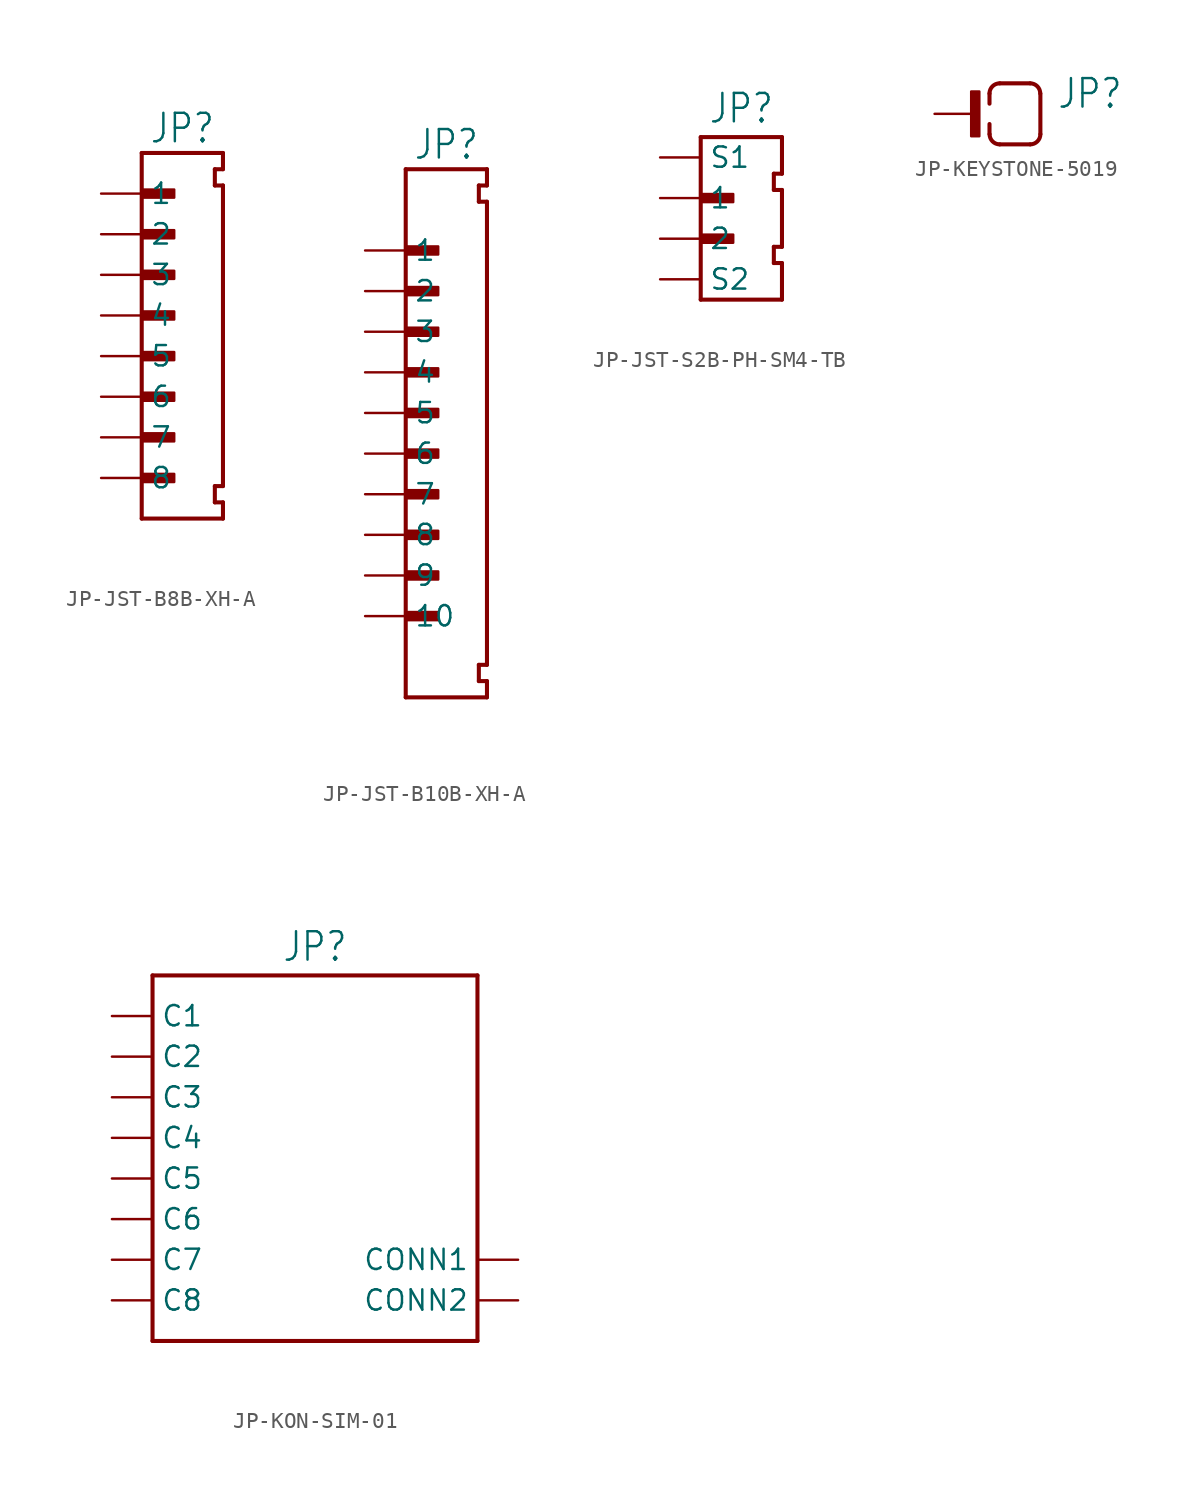
<source format=kicad_sym>
(kicad_symbol_lib
  (version 20231120)
  (generator "kicad_symbol_editor")
  (generator_version "8.0")
  (symbol "JP-JST-B8B-XH-A"
    (property "Reference" "JP"
      (at 0 10.668 0)
      (effects (font (size 1.778 1.511)) (justify bottom)))
    (property "Value" ""
      (at 0 -13.462 0)
      (effects (font (size 1.778 1.511)) (justify top)))
    (property "ki_locked" ""
      (at 0 0 0)
      (effects (font (size 1.27 1.27))))
    (symbol "JP-JST-B8B-XH-A_1_0"
      (rectangle (start -2.54 -10.414) (end -0.508 -9.906) (stroke (width 0) (type default)) (fill (type outline)))
      (rectangle (start -2.54 -7.874) (end -0.508 -7.366) (stroke (width 0) (type default)) (fill (type outline)))
      (rectangle (start -2.54 -5.334) (end -0.508 -4.826) (stroke (width 0) (type default)) (fill (type outline)))
      (rectangle (start -2.54 -2.794) (end -0.508 -2.286) (stroke (width 0) (type default)) (fill (type outline)))
      (rectangle (start -2.54 -0.254) (end -0.508 0.254) (stroke (width 0) (type default)) (fill (type outline)))
      (rectangle (start -2.54 2.286) (end -0.508 2.794) (stroke (width 0) (type default)) (fill (type outline)))
      (rectangle (start -2.54 4.826) (end -0.508 5.334) (stroke (width 0) (type default)) (fill (type outline)))
      (rectangle (start -2.54 7.366) (end -0.508 7.874) (stroke (width 0) (type default)) (fill (type outline)))
      (polyline (pts (xy -2.54 -12.7) (xy -2.54 10.16)) (stroke (width 0.254) (type solid)) (fill (type none)))
      (polyline (pts (xy -2.54 10.16) (xy 2.54 10.16)) (stroke (width 0.254) (type solid)) (fill (type none)))
      (polyline (pts (xy 2.032 -11.684) (xy 2.54 -11.684)) (stroke (width 0.254) (type solid)) (fill (type none)))
      (polyline (pts (xy 2.032 -10.668) (xy 2.032 -11.684)) (stroke (width 0.254) (type solid)) (fill (type none)))
      (polyline (pts (xy 2.032 -10.668) (xy 2.54 -10.668)) (stroke (width 0.254) (type solid)) (fill (type none)))
      (polyline (pts (xy 2.032 8.128) (xy 2.54 8.128)) (stroke (width 0.254) (type solid)) (fill (type none)))
      (polyline (pts (xy 2.032 9.144) (xy 2.032 8.128)) (stroke (width 0.254) (type solid)) (fill (type none)))
      (polyline (pts (xy 2.54 -12.7) (xy -2.54 -12.7)) (stroke (width 0.254) (type solid)) (fill (type none)))
      (polyline (pts (xy 2.54 -11.684) (xy 2.54 -12.7)) (stroke (width 0.254) (type solid)) (fill (type none)))
      (polyline (pts (xy 2.54 8.128) (xy 2.54 -10.668)) (stroke (width 0.254) (type solid)) (fill (type none)))
      (polyline (pts (xy 2.54 9.144) (xy 2.032 9.144)) (stroke (width 0.254) (type solid)) (fill (type none)))
      (polyline (pts (xy 2.54 10.16) (xy 2.54 9.144)) (stroke (width 0.254) (type solid)) (fill (type none)))
      (pin passive line (at -5.08 7.62 0) (length 2.54) (name "1" (effects (font (size 1.27 1.27)))) (number "1" (effects (font (size 0 0)))))
      (pin passive line (at -5.08 5.08 0) (length 2.54) (name "2" (effects (font (size 1.27 1.27)))) (number "2" (effects (font (size 0 0)))))
      (pin passive line (at -5.08 2.54 0) (length 2.54) (name "3" (effects (font (size 1.27 1.27)))) (number "3" (effects (font (size 0 0)))))
      (pin passive line (at -5.08 0 0) (length 2.54) (name "4" (effects (font (size 1.27 1.27)))) (number "4" (effects (font (size 0 0)))))
      (pin passive line (at -5.08 -2.54 0) (length 2.54) (name "5" (effects (font (size 1.27 1.27)))) (number "5" (effects (font (size 0 0)))))
      (pin passive line (at -5.08 -5.08 0) (length 2.54) (name "6" (effects (font (size 1.27 1.27)))) (number "6" (effects (font (size 0 0)))))
      (pin passive line (at -5.08 -7.62 0) (length 2.54) (name "7" (effects (font (size 1.27 1.27)))) (number "7" (effects (font (size 0 0)))))
      (pin passive line (at -5.08 -10.16 0) (length 2.54) (name "8" (effects (font (size 1.27 1.27)))) (number "8" (effects (font (size 0 0)))))))
  (symbol "JP-JST-B10B-XH-A"
    (property "Reference" "JP"
      (at 0 15.748 0)
      (effects (font (size 1.778 1.511)) (justify bottom)))
    (property "Value" ""
      (at 0 -18.542 0)
      (effects (font (size 1.778 1.511)) (justify top)))
    (property "ki_locked" ""
      (at 0 0 0)
      (effects (font (size 1.27 1.27))))
    (symbol "JP-JST-B10B-XH-A_1_0"
      (rectangle (start -2.54 -12.954) (end -0.508 -12.446) (stroke (width 0) (type default)) (fill (type outline)))
      (rectangle (start -2.54 -10.414) (end -0.508 -9.906) (stroke (width 0) (type default)) (fill (type outline)))
      (rectangle (start -2.54 -7.874) (end -0.508 -7.366) (stroke (width 0) (type default)) (fill (type outline)))
      (rectangle (start -2.54 -5.334) (end -0.508 -4.826) (stroke (width 0) (type default)) (fill (type outline)))
      (rectangle (start -2.54 -2.794) (end -0.508 -2.286) (stroke (width 0) (type default)) (fill (type outline)))
      (rectangle (start -2.54 -0.254) (end -0.508 0.254) (stroke (width 0) (type default)) (fill (type outline)))
      (rectangle (start -2.54 2.286) (end -0.508 2.794) (stroke (width 0) (type default)) (fill (type outline)))
      (rectangle (start -2.54 4.826) (end -0.508 5.334) (stroke (width 0) (type default)) (fill (type outline)))
      (rectangle (start -2.54 7.366) (end -0.508 7.874) (stroke (width 0) (type default)) (fill (type outline)))
      (rectangle (start -2.54 9.906) (end -0.508 10.414) (stroke (width 0) (type default)) (fill (type outline)))
      (polyline (pts (xy -2.54 -17.78) (xy -2.54 15.24)) (stroke (width 0.254) (type solid)) (fill (type none)))
      (polyline (pts (xy -2.54 15.24) (xy 2.54 15.24)) (stroke (width 0.254) (type solid)) (fill (type none)))
      (polyline (pts (xy 2.032 -16.764) (xy 2.54 -16.764)) (stroke (width 0.254) (type solid)) (fill (type none)))
      (polyline (pts (xy 2.032 -15.748) (xy 2.032 -16.764)) (stroke (width 0.254) (type solid)) (fill (type none)))
      (polyline (pts (xy 2.032 -15.748) (xy 2.54 -15.748)) (stroke (width 0.254) (type solid)) (fill (type none)))
      (polyline (pts (xy 2.032 13.208) (xy 2.54 13.208)) (stroke (width 0.254) (type solid)) (fill (type none)))
      (polyline (pts (xy 2.032 14.224) (xy 2.032 13.208)) (stroke (width 0.254) (type solid)) (fill (type none)))
      (polyline (pts (xy 2.54 -17.78) (xy -2.54 -17.78)) (stroke (width 0.254) (type solid)) (fill (type none)))
      (polyline (pts (xy 2.54 -16.764) (xy 2.54 -17.78)) (stroke (width 0.254) (type solid)) (fill (type none)))
      (polyline (pts (xy 2.54 13.208) (xy 2.54 -15.748)) (stroke (width 0.254) (type solid)) (fill (type none)))
      (polyline (pts (xy 2.54 14.224) (xy 2.032 14.224)) (stroke (width 0.254) (type solid)) (fill (type none)))
      (polyline (pts (xy 2.54 15.24) (xy 2.54 14.224)) (stroke (width 0.254) (type solid)) (fill (type none)))
      (pin passive line (at -5.08 10.16 0) (length 2.54) (name "1" (effects (font (size 1.27 1.27)))) (number "1" (effects (font (size 0 0)))))
      (pin passive line (at -5.08 -12.7 0) (length 2.54) (name "10" (effects (font (size 1.27 1.27)))) (number "10" (effects (font (size 0 0)))))
      (pin passive line (at -5.08 7.62 0) (length 2.54) (name "2" (effects (font (size 1.27 1.27)))) (number "2" (effects (font (size 0 0)))))
      (pin passive line (at -5.08 5.08 0) (length 2.54) (name "3" (effects (font (size 1.27 1.27)))) (number "3" (effects (font (size 0 0)))))
      (pin passive line (at -5.08 2.54 0) (length 2.54) (name "4" (effects (font (size 1.27 1.27)))) (number "4" (effects (font (size 0 0)))))
      (pin passive line (at -5.08 0 0) (length 2.54) (name "5" (effects (font (size 1.27 1.27)))) (number "5" (effects (font (size 0 0)))))
      (pin passive line (at -5.08 -2.54 0) (length 2.54) (name "6" (effects (font (size 1.27 1.27)))) (number "6" (effects (font (size 0 0)))))
      (pin passive line (at -5.08 -5.08 0) (length 2.54) (name "7" (effects (font (size 1.27 1.27)))) (number "7" (effects (font (size 0 0)))))
      (pin passive line (at -5.08 -7.62 0) (length 2.54) (name "8" (effects (font (size 1.27 1.27)))) (number "8" (effects (font (size 0 0)))))
      (pin passive line (at -5.08 -10.16 0) (length 2.54) (name "9" (effects (font (size 1.27 1.27)))) (number "9" (effects (font (size 0 0)))))))
  (symbol "JP-JST-S2B-PH-SM4-TB"
    (property "Reference" "JP"
      (at 0 4.572 0)
      (effects (font (size 1.778 1.511)) (justify bottom)))
    (property "Value" ""
      (at 0 -7.112 0)
      (effects (font (size 1.778 1.511)) (justify top)))
    (property "ki_locked" ""
      (at 0 0 0)
      (effects (font (size 1.27 1.27))))
    (symbol "JP-JST-S2B-PH-SM4-TB_1_0"
      (rectangle (start -2.54 -2.794) (end -0.508 -2.286) (stroke (width 0) (type default)) (fill (type outline)))
      (rectangle (start -2.54 -0.254) (end -0.508 0.254) (stroke (width 0) (type default)) (fill (type outline)))
      (polyline (pts (xy -2.54 -6.35) (xy -2.54 3.81)) (stroke (width 0.254) (type solid)) (fill (type none)))
      (polyline (pts (xy -2.54 3.81) (xy 2.54 3.81)) (stroke (width 0.254) (type solid)) (fill (type none)))
      (polyline (pts (xy 2.032 -4.064) (xy 2.54 -4.064)) (stroke (width 0.254) (type solid)) (fill (type none)))
      (polyline (pts (xy 2.032 -3.048) (xy 2.032 -4.064)) (stroke (width 0.254) (type solid)) (fill (type none)))
      (polyline (pts (xy 2.032 -3.048) (xy 2.54 -3.048)) (stroke (width 0.254) (type solid)) (fill (type none)))
      (polyline (pts (xy 2.032 0.508) (xy 2.54 0.508)) (stroke (width 0.254) (type solid)) (fill (type none)))
      (polyline (pts (xy 2.032 1.524) (xy 2.032 0.508)) (stroke (width 0.254) (type solid)) (fill (type none)))
      (polyline (pts (xy 2.54 -6.35) (xy -2.54 -6.35)) (stroke (width 0.254) (type solid)) (fill (type none)))
      (polyline (pts (xy 2.54 -4.064) (xy 2.54 -6.35)) (stroke (width 0.254) (type solid)) (fill (type none)))
      (polyline (pts (xy 2.54 0.508) (xy 2.54 -3.048)) (stroke (width 0.254) (type solid)) (fill (type none)))
      (polyline (pts (xy 2.54 1.524) (xy 2.032 1.524)) (stroke (width 0.254) (type solid)) (fill (type none)))
      (polyline (pts (xy 2.54 3.81) (xy 2.54 1.524)) (stroke (width 0.254) (type solid)) (fill (type none)))
      (pin passive line (at -5.08 0 0) (length 2.54) (name "1" (effects (font (size 1.27 1.27)))) (number "1" (effects (font (size 0 0)))))
      (pin passive line (at -5.08 -2.54 0) (length 2.54) (name "2" (effects (font (size 1.27 1.27)))) (number "2" (effects (font (size 0 0)))))
      (pin passive line (at -5.08 2.54 0) (length 2.54) (name "S1" (effects (font (size 1.27 1.27)))) (number "S1" (effects (font (size 0 0)))))
      (pin passive line (at -5.08 -5.08 0) (length 2.54) (name "S2" (effects (font (size 1.27 1.27)))) (number "S2" (effects (font (size 0 0)))))))
  (symbol "JP-KEYSTONE-5019"
    (property "Reference" "JP"
      (at 7.62 1.27 0)
      (effects (font (size 1.778 1.511)) (justify left)))
    (property "Value" ""
      (at 7.62 -1.27 0)
      (effects (font (size 1.778 1.511)) (justify left)))
    (property "ki_locked" ""
      (at 0 0 0)
      (effects (font (size 1.27 1.27))))
    (symbol "JP-KEYSTONE-5019_1_0"
      (polyline (pts (xy 3.429 -1.27) (xy 3.429 -0.635)) (stroke (width 0.254) (type solid)) (fill (type none)))
      (polyline (pts (xy 3.429 0.635) (xy 3.429 1.27)) (stroke (width 0.254) (type solid)) (fill (type none)))
      (polyline (pts (xy 4.064 1.905) (xy 5.969 1.905)) (stroke (width 0.254) (type solid)) (fill (type none)))
      (polyline (pts (xy 5.969 -1.905) (xy 4.064 -1.905)) (stroke (width 0.254) (type solid)) (fill (type none)))
      (polyline (pts (xy 6.604 1.27) (xy 6.604 -1.27)) (stroke (width 0.254) (type solid)) (fill (type none)))
      (rectangle (start 2.286 -1.397) (end 2.794 1.397) (stroke (width 0) (type default)) (fill (type outline)))
      (arc (start 3.429 -1.27) (mid 3.615 -1.719) (end 4.064 -1.905) (stroke (width 0.254) (type solid)) (fill (type none)))
      (arc (start 4.064 1.905) (mid 3.615 1.719) (end 3.429 1.27) (stroke (width 0.254) (type solid)) (fill (type none)))
      (arc (start 5.969 -1.905) (mid 6.418 -1.719) (end 6.604 -1.27) (stroke (width 0.254) (type solid)) (fill (type none)))
      (arc (start 6.604 1.27) (mid 6.418 1.719) (end 5.969 1.905) (stroke (width 0.254) (type solid)) (fill (type none)))
      (pin passive line (at 0 0 0) (length 2.54) (name "0" (effects (font (size 0 0)))) (number "0" (effects (font (size 0 0)))))))
  (symbol "JP-KON-SIM-01"
    (property "Reference" "JP"
      (at 0 10.922 0)
      (effects (font (size 1.778 1.511)) (justify bottom)))
    (property "Value" ""
      (at 0 -13.462 0)
      (effects (font (size 1.778 1.511)) (justify top)))
    (property "ki_locked" ""
      (at 0 0 0)
      (effects (font (size 1.27 1.27))))
    (symbol "JP-KON-SIM-01_1_0"
      (polyline (pts (xy -10.16 -12.7) (xy 10.16 -12.7)) (stroke (width 0.254) (type solid)) (fill (type none)))
      (polyline (pts (xy -10.16 10.16) (xy -10.16 -12.7)) (stroke (width 0.254) (type solid)) (fill (type none)))
      (polyline (pts (xy -10.16 10.16) (xy 10.16 10.16)) (stroke (width 0.254) (type solid)) (fill (type none)))
      (polyline (pts (xy 10.16 10.16) (xy 10.16 -12.7)) (stroke (width 0.254) (type solid)) (fill (type none)))
      (pin passive line (at -12.7 7.62 0) (length 2.54) (name "C1" (effects (font (size 1.27 1.27)))) (number "1" (effects (font (size 0 0)))))
      (pin passive line (at -12.7 5.08 0) (length 2.54) (name "C2" (effects (font (size 1.27 1.27)))) (number "2" (effects (font (size 0 0)))))
      (pin passive line (at -12.7 2.54 0) (length 2.54) (name "C3" (effects (font (size 1.27 1.27)))) (number "3" (effects (font (size 0 0)))))
      (pin passive line (at -12.7 0 0) (length 2.54) (name "C4" (effects (font (size 1.27 1.27)))) (number "4" (effects (font (size 0 0)))))
      (pin passive line (at -12.7 -2.54 0) (length 2.54) (name "C5" (effects (font (size 1.27 1.27)))) (number "5" (effects (font (size 0 0)))))
      (pin passive line (at -12.7 -5.08 0) (length 2.54) (name "C6" (effects (font (size 1.27 1.27)))) (number "6" (effects (font (size 0 0)))))
      (pin passive line (at -12.7 -7.62 0) (length 2.54) (name "C7" (effects (font (size 1.27 1.27)))) (number "7" (effects (font (size 0 0)))))
      (pin passive line (at -12.7 -10.16 0) (length 2.54) (name "C8" (effects (font (size 1.27 1.27)))) (number "8" (effects (font (size 0 0)))))
      (pin passive line (at 12.7 -7.62 180) (length 2.54) (name "CONN1" (effects (font (size 1.27 1.27)))) (number "CS1" (effects (font (size 0 0)))))
      (pin passive line (at 12.7 -10.16 180) (length 2.54) (name "CONN2" (effects (font (size 1.27 1.27)))) (number "CS2" (effects (font (size 0 0))))))))
</source>
